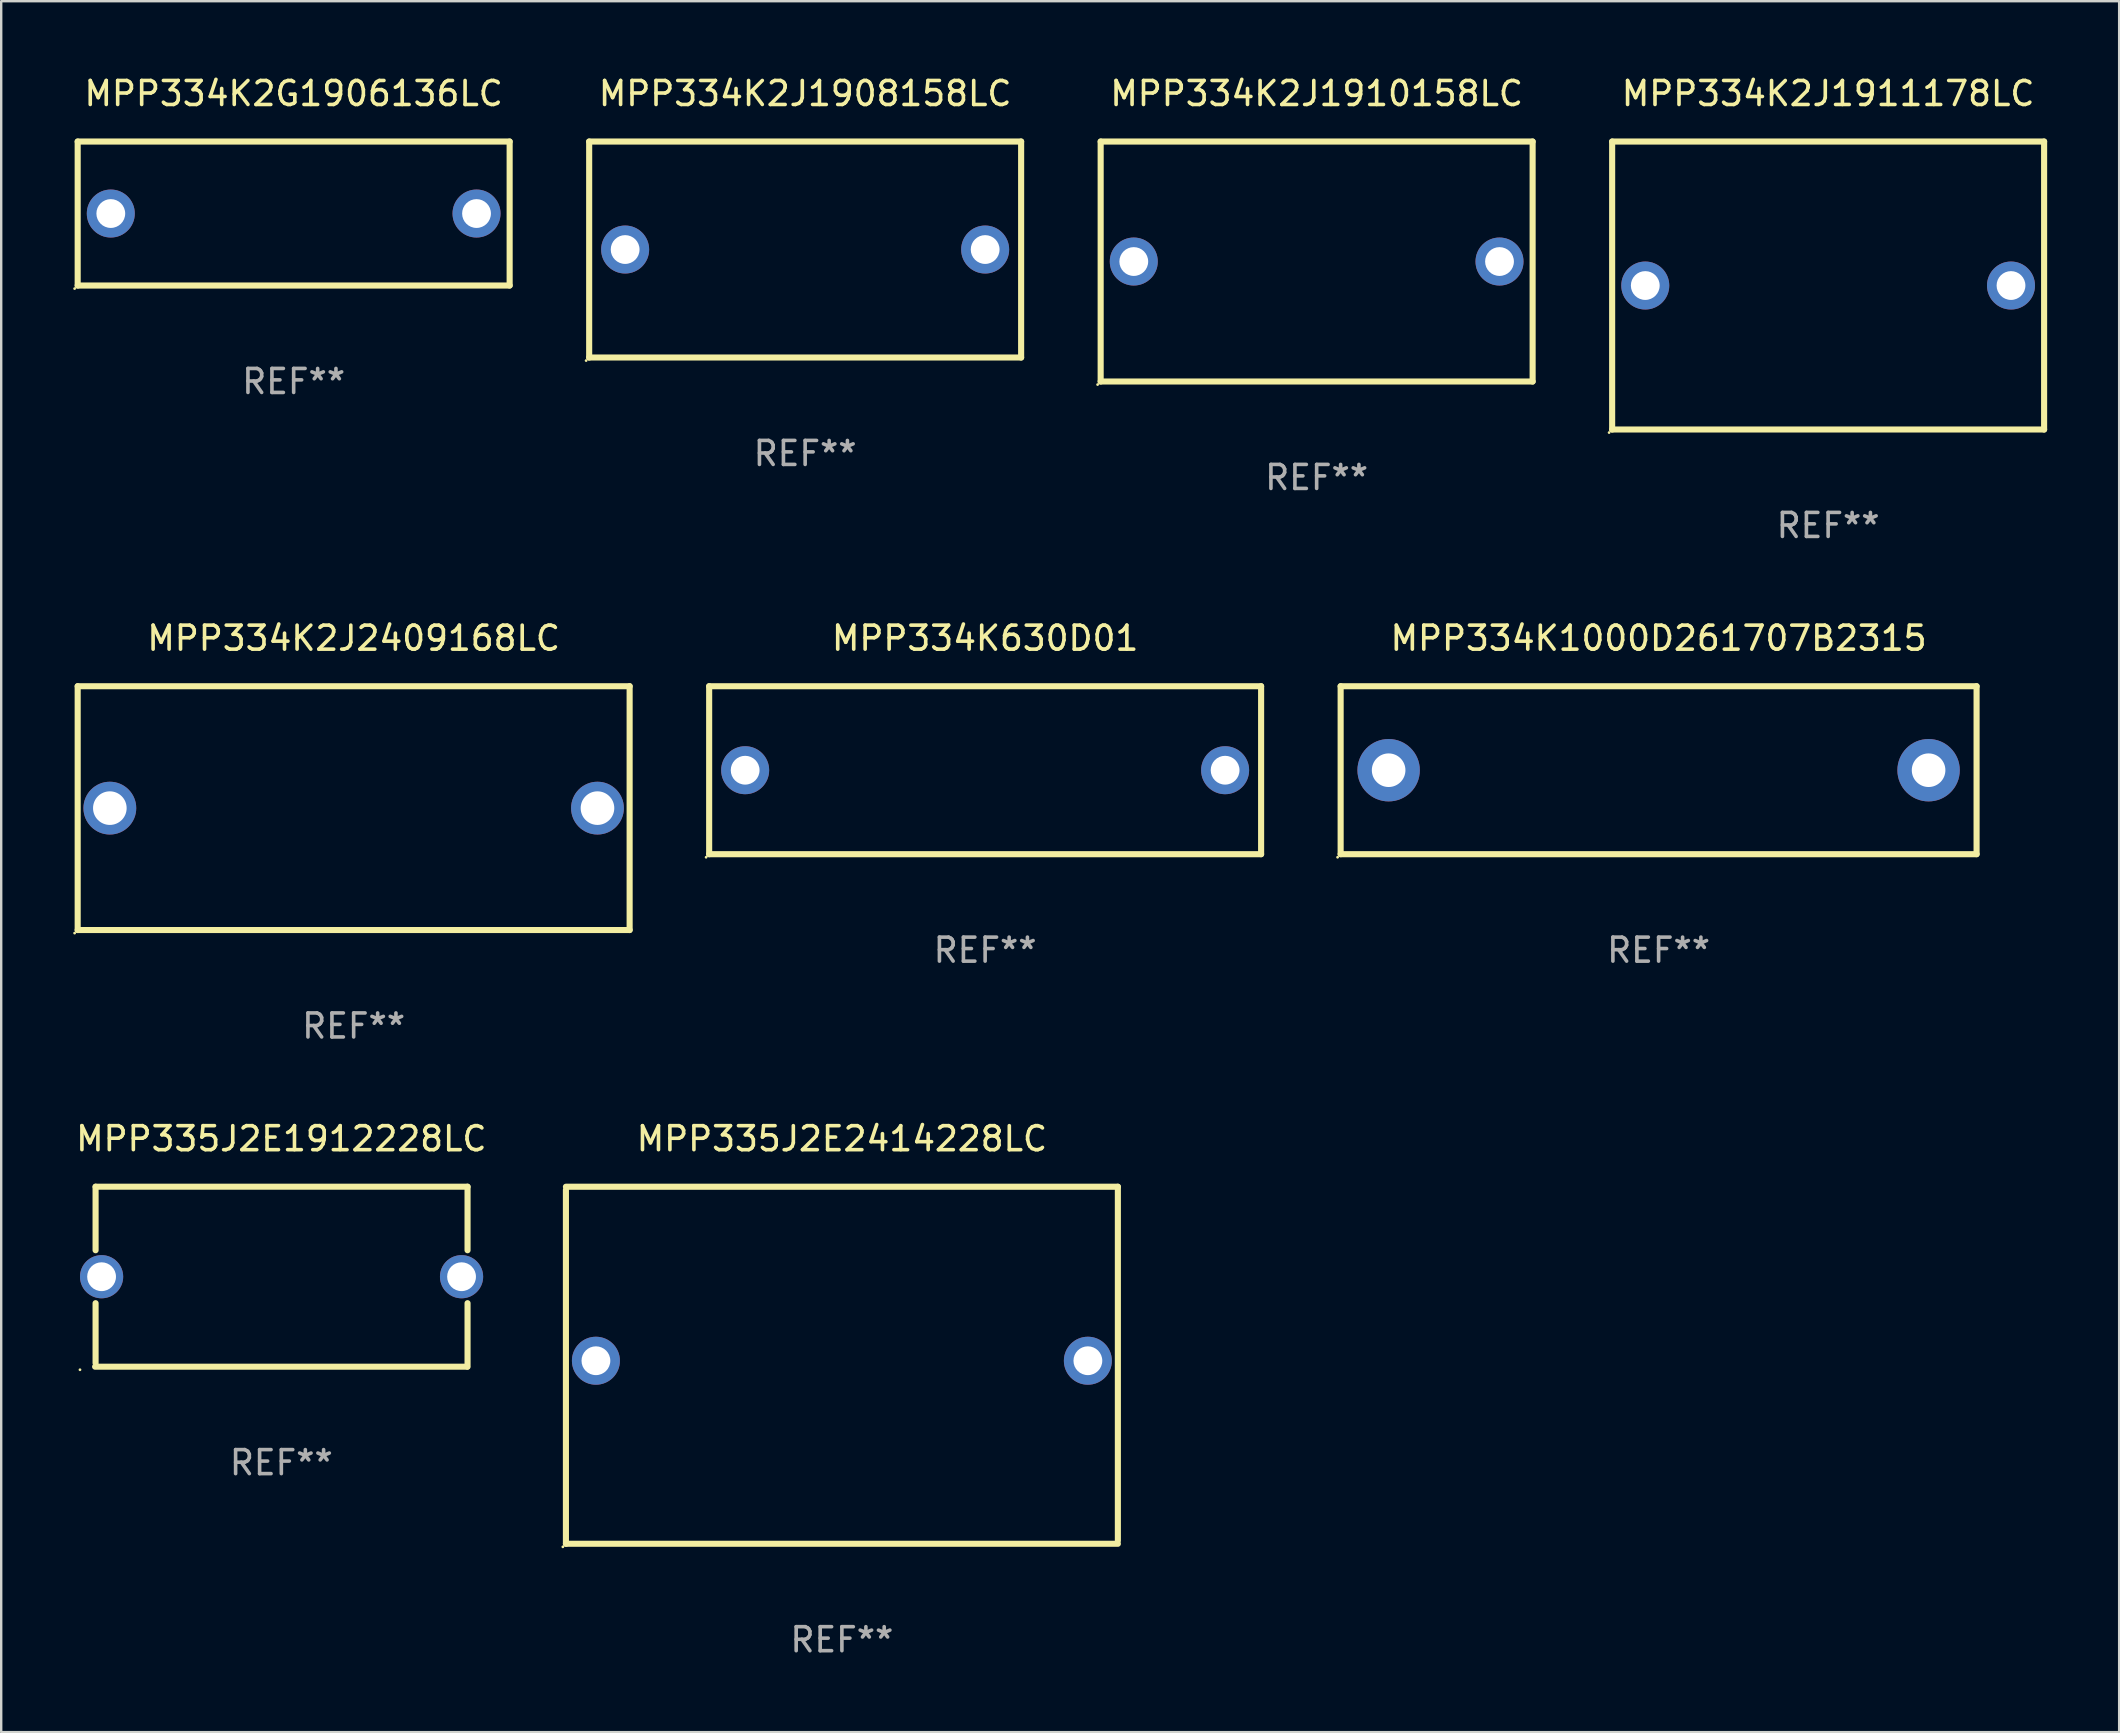
<source format=kicad_pcb>
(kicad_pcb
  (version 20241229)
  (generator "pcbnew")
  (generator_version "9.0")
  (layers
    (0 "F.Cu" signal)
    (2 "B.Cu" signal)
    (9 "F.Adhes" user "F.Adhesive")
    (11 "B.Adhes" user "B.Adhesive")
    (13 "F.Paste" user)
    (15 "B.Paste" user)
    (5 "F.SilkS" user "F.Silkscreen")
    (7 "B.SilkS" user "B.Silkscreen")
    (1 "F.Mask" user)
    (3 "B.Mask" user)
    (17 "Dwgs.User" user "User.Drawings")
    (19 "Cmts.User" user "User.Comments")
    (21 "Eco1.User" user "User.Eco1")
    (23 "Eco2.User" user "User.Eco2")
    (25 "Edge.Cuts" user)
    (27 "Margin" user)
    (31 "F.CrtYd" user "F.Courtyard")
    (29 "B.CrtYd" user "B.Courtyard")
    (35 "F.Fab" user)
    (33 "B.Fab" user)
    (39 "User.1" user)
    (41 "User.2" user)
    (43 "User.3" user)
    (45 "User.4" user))
  (footprint "MPP335J2E1912228LC"
    (layer "F.Cu")
    (at 8.673 50.151)
    (property "Reference" "MPP335J2E1912228LC" (at 0 -5.75 0) (layer "F.SilkS") (effects (font (size 1 1) (thickness 0.15))))
    (attr through_hole)
    (fp_line (start -7.74 -3.75) (end -7.74 -1.103) (stroke (width 0.254) (type solid)) (layer "F.SilkS"))
    (fp_line (start -7.74 -3.75) (end 7.76 -3.75) (stroke (width 0.254) (type solid)) (layer "F.SilkS"))
    (fp_line (start -7.74 1.103) (end -7.74 3.6) (stroke (width 0.254) (type solid)) (layer "F.SilkS"))
    (fp_line (start 7.74 3.75) (end -7.76 3.75) (stroke (width 0.254) (type solid)) (layer "F.SilkS"))
    (fp_line (start 7.76 -3.75) (end 7.76 -1.103) (stroke (width 0.254) (type solid)) (layer "F.SilkS"))
    (fp_line (start 7.76 1.103) (end 7.76 3.75) (stroke (width 0.254) (type solid)) (layer "F.SilkS"))
    (fp_circle (center -8.39 3.877) (end -8.36 3.877) (stroke (width 0.06) (type solid)) (fill no) (layer "F.SilkS"))
    (fp_text user "REF**" (at 0 7.75 0) (layer "F.Fab") (effects (font (size 1 1) (thickness 0.15))))
    (pad "1" thru_hole circle (at -7.49 0) (size 1.8 1.8) (drill 1.2) (layers "*.Cu" "*.Mask"))
    (pad "2" thru_hole circle (at 7.51 0) (size 1.8 1.8) (drill 1.2) (layers "*.Cu" "*.Mask")))
  (footprint "MPP334K1000D261707B2315"
    (layer "F.Cu")
    (at 66.065 29.045)
    (property "Reference" "MPP334K1000D261707B2315" (at 0 -5.5 0) (layer "F.SilkS") (effects (font (size 1 1) (thickness 0.15))))
    (attr through_hole)
    (fp_line (start -13.25 -3.5) (end 13.25 -3.5) (stroke (width 0.254) (type solid)) (layer "F.SilkS"))
    (fp_line (start -13.25 3.5) (end -13.25 -3.5) (stroke (width 0.254) (type solid)) (layer "F.SilkS"))
    (fp_line (start 13.25 -3.5) (end 13.25 3.5) (stroke (width 0.254) (type solid)) (layer "F.SilkS"))
    (fp_line (start 13.25 3.5) (end -13.25 3.5) (stroke (width 0.254) (type solid)) (layer "F.SilkS"))
    (fp_circle (center -13.377 3.627) (end -13.347 3.627) (stroke (width 0.06) (type solid)) (fill no) (layer "F.SilkS"))
    (fp_text user "REF**" (at 0 7.5 0) (layer "F.Fab") (effects (font (size 1 1) (thickness 0.15))))
    (pad "1" thru_hole circle (at -11.25 0) (size 2.6 2.6) (drill 1.4) (layers "*.Cu" "*.Mask"))
    (pad "2" thru_hole circle (at 11.25 0) (size 2.6 2.6) (drill 1.4) (layers "*.Cu" "*.Mask")))
  (footprint "MPP334K630D01"
    (layer "F.Cu")
    (at 38.001 29.045)
    (property "Reference" "MPP334K630D01" (at 0 -5.5 0) (layer "F.SilkS") (effects (font (size 1 1) (thickness 0.15))))
    (attr through_hole)
    (fp_line (start -11.5 -3.5) (end -11.5 3.5) (stroke (width 0.254) (type solid)) (layer "F.SilkS"))
    (fp_line (start -11.5 -3.5) (end 11.5 -3.5) (stroke (width 0.254) (type solid)) (layer "F.SilkS"))
    (fp_line (start -11.5 3.5) (end 11.5 3.5) (stroke (width 0.254) (type solid)) (layer "F.SilkS"))
    (fp_line (start 11.5 -3.5) (end 11.5 3.5) (stroke (width 0.254) (type solid)) (layer "F.SilkS"))
    (fp_circle (center -11.627 3.627) (end -11.597 3.627) (stroke (width 0.06) (type solid)) (fill no) (layer "F.SilkS"))
    (fp_text user "REF**" (at 0 7.5 0) (layer "F.Fab") (effects (font (size 1 1) (thickness 0.15))))
    (pad "1" thru_hole circle (at -10 0) (size 2 2) (drill 1.2) (layers "*.Cu" "*.Mask"))
    (pad "2" thru_hole circle (at 10 0) (size 2 2) (drill 1.2) (layers "*.Cu" "*.Mask")))
  (footprint "MPP334K2J1910158LC"
    (layer "F.Cu")
    (at 51.815 7.848)
    (property "Reference" "MPP334K2J1910158LC" (at 0 -7 0) (layer "F.SilkS") (effects (font (size 1 1) (thickness 0.15))))
    (attr through_hole)
    (fp_line (start -9 -5) (end 9 -5) (stroke (width 0.254) (type solid)) (layer "F.SilkS"))
    (fp_line (start -9 5) (end -9 -5) (stroke (width 0.254) (type solid)) (layer "F.SilkS"))
    (fp_line (start 9 -5) (end 9 5) (stroke (width 0.254) (type solid)) (layer "F.SilkS"))
    (fp_line (start 9 5) (end -9 5) (stroke (width 0.254) (type solid)) (layer "F.SilkS"))
    (fp_circle (center -9.127 5.127) (end -9.097 5.127) (stroke (width 0.06) (type solid)) (fill no) (layer "F.SilkS"))
    (fp_text user "REF**" (at 0 9 0) (layer "F.Fab") (effects (font (size 1 1) (thickness 0.15))))
    (pad "1" thru_hole circle (at -7.62 0) (size 2 2) (drill 1.2) (layers "*.Cu" "*.Mask"))
    (pad "2" thru_hole circle (at 7.62 0) (size 2 2) (drill 1.2) (layers "*.Cu" "*.Mask")))
  (footprint "MPP334K2J2409168LC"
    (layer "F.Cu")
    (at 11.687 30.625)
    (property "Reference" "MPP334K2J2409168LC" (at 0 -7.08 0) (layer "F.SilkS") (effects (font (size 1 1) (thickness 0.15))))
    (attr through_hole)
    (fp_line (start -11.5 -5.08) (end -11.5 5.08) (stroke (width 0.254) (type solid)) (layer "F.SilkS"))
    (fp_line (start -11.5 -5.08) (end 11.5 -5.08) (stroke (width 0.254) (type solid)) (layer "F.SilkS"))
    (fp_line (start 11.5 5.08) (end -11.5 5.08) (stroke (width 0.254) (type solid)) (layer "F.SilkS"))
    (fp_line (start 11.5 5.08) (end 11.5 -5.08) (stroke (width 0.254) (type solid)) (layer "F.SilkS"))
    (fp_circle (center -11.627 5.207) (end -11.597 5.207) (stroke (width 0.06) (type solid)) (fill no) (layer "F.SilkS"))
    (fp_text user "REF**" (at 0 9.08 0) (layer "F.Fab") (effects (font (size 1 1) (thickness 0.15))))
    (pad "1" thru_hole circle (at -10.16 0) (size 2.2 2.2) (drill 1.4) (layers "*.Cu" "*.Mask"))
    (pad "2" thru_hole circle (at 10.16 0) (size 2.2 2.2) (drill 1.4) (layers "*.Cu" "*.Mask")))
  (footprint "MPP334K2J1911178LC"
    (layer "F.Cu")
    (at 73.129 8.848)
    (property "Reference" "MPP334K2J1911178LC" (at 0 -8 0) (layer "F.SilkS") (effects (font (size 1 1) (thickness 0.15))))
    (attr through_hole)
    (fp_line (start -9 -6) (end 9 -6) (stroke (width 0.254) (type solid)) (layer "F.SilkS"))
    (fp_line (start -9 6) (end -9 -6) (stroke (width 0.254) (type solid)) (layer "F.SilkS"))
    (fp_line (start 9 -6) (end 9 6) (stroke (width 0.254) (type solid)) (layer "F.SilkS"))
    (fp_line (start 9 6) (end -9 6) (stroke (width 0.254) (type solid)) (layer "F.SilkS"))
    (fp_circle (center -9.127 6.127) (end -9.097 6.127) (stroke (width 0.06) (type solid)) (fill no) (layer "F.SilkS"))
    (fp_text user "REF**" (at 0 10 0) (layer "F.Fab") (effects (font (size 1 1) (thickness 0.15))))
    (pad "1" thru_hole circle (at -7.62 0) (size 2 2) (drill 1.2) (layers "*.Cu" "*.Mask"))
    (pad "2" thru_hole circle (at 7.62 0) (size 2 2) (drill 1.2) (layers "*.Cu" "*.Mask")))
  (footprint "MPP334K2G1906136LC"
    (layer "F.Cu")
    (at 9.187 5.848)
    (property "Reference" "MPP334K2G1906136LC" (at 0 -5 0) (layer "F.SilkS") (effects (font (size 1 1) (thickness 0.15))))
    (attr through_hole)
    (fp_line (start -9 -3) (end 9 -3) (stroke (width 0.254) (type solid)) (layer "F.SilkS"))
    (fp_line (start -9 3) (end -9 -3) (stroke (width 0.254) (type solid)) (layer "F.SilkS"))
    (fp_line (start 9 -3) (end 9 3) (stroke (width 0.254) (type solid)) (layer "F.SilkS"))
    (fp_line (start 9 3) (end -9 3) (stroke (width 0.254) (type solid)) (layer "F.SilkS"))
    (fp_circle (center -9.127 3.127) (end -9.097 3.127) (stroke (width 0.06) (type solid)) (fill no) (layer "F.SilkS"))
    (fp_text user "REF**" (at 0 7 0) (layer "F.Fab") (effects (font (size 1 1) (thickness 0.15))))
    (pad "1" thru_hole circle (at -7.62 0) (size 2 2) (drill 1.2) (layers "*.Cu" "*.Mask"))
    (pad "2" thru_hole circle (at 7.62 0) (size 2 2) (drill 1.2) (layers "*.Cu" "*.Mask")))
  (footprint "MPP334K2J1908158LC"
    (layer "F.Cu")
    (at 30.501 7.348)
    (property "Reference" "MPP334K2J1908158LC" (at 0 -6.5 0) (layer "F.SilkS") (effects (font (size 1 1) (thickness 0.15))))
    (attr through_hole)
    (fp_line (start -9 -4.5) (end -9 4.5) (stroke (width 0.254) (type solid)) (layer "F.SilkS"))
    (fp_line (start -9 -4.5) (end 9 -4.5) (stroke (width 0.254) (type solid)) (layer "F.SilkS"))
    (fp_line (start 9 4.5) (end -9 4.5) (stroke (width 0.254) (type solid)) (layer "F.SilkS"))
    (fp_line (start 9 4.5) (end 9 -4.5) (stroke (width 0.254) (type solid)) (layer "F.SilkS"))
    (fp_circle (center -9.127 4.627) (end -9.097 4.627) (stroke (width 0.06) (type solid)) (fill no) (layer "F.SilkS"))
    (fp_text user "REF**" (at 0 8.5 0) (layer "F.Fab") (effects (font (size 1 1) (thickness 0.15))))
    (pad "1" thru_hole circle (at -7.501 -0.000127) (size 2 2) (drill 1.2) (layers "*.Cu" "*.Mask"))
    (pad "2" thru_hole circle (at 7.501 -0.000127) (size 2 2) (drill 1.2) (layers "*.Cu" "*.Mask")))
  (footprint "MPP335J2E2414228LC"
    (layer "F.Cu")
    (at 32.032 53.841)
    (property "Reference" "MPP335J2E2414228LC" (at 0 -9.439 0) (layer "F.SilkS") (effects (font (size 1 1) (thickness 0.15))))
    (attr through_hole)
    (fp_line (start -11.5 -7.439) (end 11.5 -7.439) (stroke (width 0.254) (type solid)) (layer "F.SilkS"))
    (fp_line (start -11.5 7.439) (end -11.5 -7.311) (stroke (width 0.254) (type solid)) (layer "F.SilkS"))
    (fp_line (start 11.5 -7.439) (end 11.5 7.311) (stroke (width 0.254) (type solid)) (layer "F.SilkS"))
    (fp_line (start 11.5 7.439) (end -11.5 7.439) (stroke (width 0.254) (type solid)) (layer "F.SilkS"))
    (fp_circle (center -11.627 7.566) (end -11.597 7.566) (stroke (width 0.06) (type solid)) (fill no) (layer "F.SilkS"))
    (fp_text user "REF**" (at 0 11.439 0) (layer "F.Fab") (effects (font (size 1 1) (thickness 0.15))))
    (pad "1" thru_hole circle (at -10.25 -0.189) (size 2 2) (drill 1.2) (layers "*.Cu" "*.Mask"))
    (pad "2" thru_hole circle (at 10.25 -0.189) (size 2 2) (drill 1.2) (layers "*.Cu" "*.Mask")))
  (gr_rect
    (start -3 -3)
    (end 85.256 69.128)
    (stroke (width 0.1) (type default))
    (fill no)
    (layer "Edge.Cuts")))
</source>
